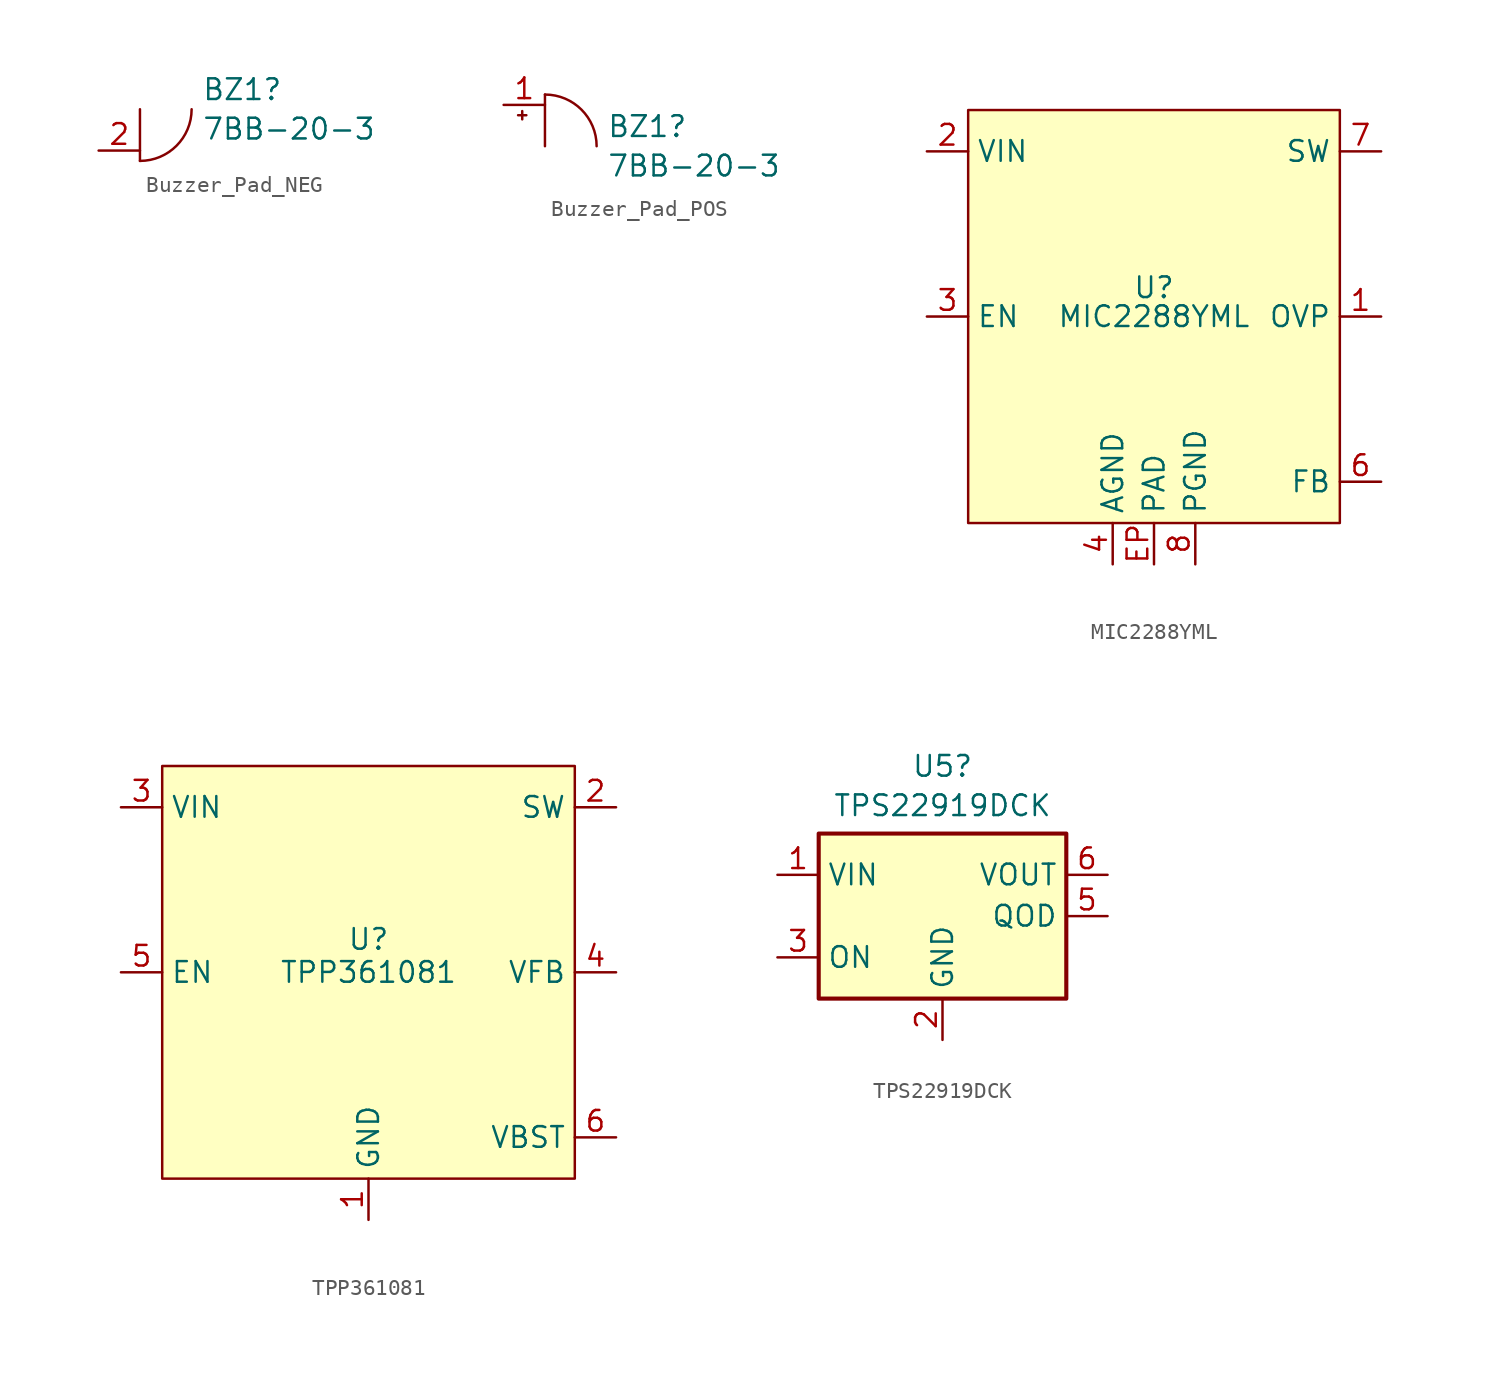
<source format=kicad_sym>
(kicad_symbol_lib
  (version 20241209)
  (generator "kicad_symbol_editor")
  (generator_version "9.0")
  (symbol "Buzzer_Pad_NEG"
    (pin_names
      (offset 0.025)
      (hide yes))
    (property "Reference" "BZ1"
      (at 3.796 1.212 0)
      (effects (font (size 1.27 1.27)) (justify left)))
    (property "Value" "7BB-20-3"
      (at 3.796 -1.212 0)
      (effects (font (size 1.27 1.27)) (justify left)))
    (symbol "Buzzer_Pad_NEG_0_1"
      (polyline (pts (xy 0 0) (xy 0 -3.175)) (stroke (width 0) (type default)) (fill (type none)))
      (arc (start 3.175 0) (mid 2.2451 -2.2451) (end 0 -3.175) (stroke (width 0) (type default)) (fill (type none))))
    (symbol "Buzzer_Pad_NEG_1_1"
      (pin passive line (at -2.54 -2.54 0) (length 2.54) (name "-" (effects (font (size 1.27 1.27)))) (number "2" (effects (font (size 1.27 1.27)))))))
  (symbol "Buzzer_Pad_POS"
    (pin_names
      (offset 0.025)
      (hide yes))
    (property "Reference" "BZ1"
      (at 3.796 1.212 0)
      (effects (font (size 1.27 1.27)) (justify left)))
    (property "Value" "7BB-20-3"
      (at 3.796 -1.212 0)
      (effects (font (size 1.27 1.27)) (justify left)))
    (symbol "Buzzer_Pad_POS_0_1"
      (polyline (pts (xy -1.651 1.905) (xy -1.143 1.905)) (stroke (width 0) (type default)) (fill (type none)))
      (polyline (pts (xy -1.397 2.159) (xy -1.397 1.651)) (stroke (width 0) (type default)) (fill (type none)))
      (polyline (pts (xy 0 3.175) (xy 0 0)) (stroke (width 0) (type default)) (fill (type none)))
      (arc (start 0 3.175) (mid 2.2451 2.2451) (end 3.175 0) (stroke (width 0) (type default)) (fill (type none))))
    (symbol "Buzzer_Pad_POS_1_1"
      (pin passive line (at -2.54 2.54 0) (length 2.54) (name "+" (effects (font (size 1.27 1.27)))) (number "1" (effects (font (size 1.27 1.27)))))))
  (symbol "MIC2288YML"
    (property "Reference" "U"
      (at 0 1.778 0)
      (effects (font (size 1.27 1.27))))
    (property "Value" "MIC2288YML"
      (at 0 0 0)
      (effects (font (size 1.27 1.27))))
    (symbol "MIC2288YML_0_0"
      (pin power_in line (at -13.97 10.16 0) (length 2.54) (name "VIN" (effects (font (size 1.27 1.27)))) (number "2" (effects (font (size 1.27 1.27)))))
      (pin input line (at -13.97 0 0) (length 2.54) (name "EN" (effects (font (size 1.27 1.27)))) (number "3" (effects (font (size 1.27 1.27)))))
      (pin power_in line (at -2.54 -15.24 90) (length 2.54) (name "AGND" (effects (font (size 1.27 1.27)))) (number "4" (effects (font (size 1.27 1.27)))))
      (pin power_in line (at 0 -15.24 90) (length 2.54) (name "PAD" (effects (font (size 1.27 1.27)))) (number "EP" (effects (font (size 1.27 1.27)))))
      (pin power_in line (at 2.54 -15.24 90) (length 2.54) (name "PGND" (effects (font (size 1.27 1.27)))) (number "8" (effects (font (size 1.27 1.27)))))
      (pin input line (at 13.97 10.16 180) (length 2.54) (name "SW" (effects (font (size 1.27 1.27)))) (number "7" (effects (font (size 1.27 1.27)))))
      (pin input line (at 13.97 0 180) (length 2.54) (name "OVP" (effects (font (size 1.27 1.27)))) (number "1" (effects (font (size 1.27 1.27)))))
      (pin input line (at 13.97 -10.16 180) (length 2.54) (name "FB" (effects (font (size 1.27 1.27)))) (number "6" (effects (font (size 1.27 1.27))))))
    (symbol "MIC2288YML_1_0"
      (pin no_connect line (at -7.62 -15.24 90) (length 2.54) (hide yes) (name "NC" (effects (font (size 1.27 1.27)))) (number "5" (effects (font (size 1.27 1.27))))))
    (symbol "MIC2288YML_1_1"
      (rectangle (start -11.43 12.7) (end 11.43 -12.7) (stroke (width 0) (type solid)) (fill (type background)))))
  (symbol "TPP361081"
    (property "Reference" "U"
      (at 0 2.032 0)
      (effects (font (size 1.27 1.27))))
    (property "Value" "TPP361081"
      (at 0 0 0)
      (effects (font (size 1.27 1.27))))
    (symbol "TPP361081_0_0"
      (pin power_in line (at -15.24 10.16 0) (length 2.54) (name "VIN" (effects (font (size 1.27 1.27)))) (number "3" (effects (font (size 1.27 1.27)))))
      (pin input line (at -15.24 0 0) (length 2.54) (name "EN" (effects (font (size 1.27 1.27)))) (number "5" (effects (font (size 1.27 1.27)))))
      (pin power_in line (at 0 -15.24 90) (length 2.54) (name "GND" (effects (font (size 1.27 1.27)))) (number "1" (effects (font (size 1.27 1.27)))))
      (pin output line (at 15.24 10.16 180) (length 2.54) (name "SW" (effects (font (size 1.27 1.27)))) (number "2" (effects (font (size 1.27 1.27)))))
      (pin output line (at 15.24 0 180) (length 2.54) (name "VFB" (effects (font (size 1.27 1.27)))) (number "4" (effects (font (size 1.27 1.27)))))
      (pin input line (at 15.24 -10.16 180) (length 2.54) (name "VBST" (effects (font (size 1.27 1.27)))) (number "6" (effects (font (size 1.27 1.27))))))
    (symbol "TPP361081_1_1"
      (rectangle (start -12.7 12.7) (end 12.7 -12.7) (stroke (width 0) (type solid)) (fill (type background)))))
  (symbol "TPS22919DCK"
    (property "Reference" "U5"
      (at 0 9.225 0)
      (effects (font (size 1.27 1.27))))
    (property "Value" "TPS22919DCK"
      (at 0 6.8 0)
      (effects (font (size 1.27 1.27))))
    (symbol "TPS22919DCK_0_1"
      (rectangle (start -7.62 5.08) (end 7.62 -5.08) (stroke (width 0.254) (type default)) (fill (type background))))
    (symbol "TPS22919DCK_1_1"
      (pin power_in line (at -10.16 2.54 0) (length 2.54) (name "VIN" (effects (font (size 1.27 1.27)))) (number "1" (effects (font (size 1.27 1.27)))))
      (pin input line (at -10.16 -2.54 0) (length 2.54) (name "ON" (effects (font (size 1.27 1.27)))) (number "3" (effects (font (size 1.27 1.27)))))
      (pin power_in line (at 0 -7.62 90) (length 2.54) (name "GND" (effects (font (size 1.27 1.27)))) (number "2" (effects (font (size 1.27 1.27)))))
      (pin power_out line (at 10.16 2.54 180) (length 2.54) (name "VOUT" (effects (font (size 1.27 1.27)))) (number "6" (effects (font (size 1.27 1.27)))))
      (pin open_collector line (at 10.16 0 180) (length 2.54) (name "QOD" (effects (font (size 1.27 1.27)))) (number "5" (effects (font (size 1.27 1.27))))))))
</source>
